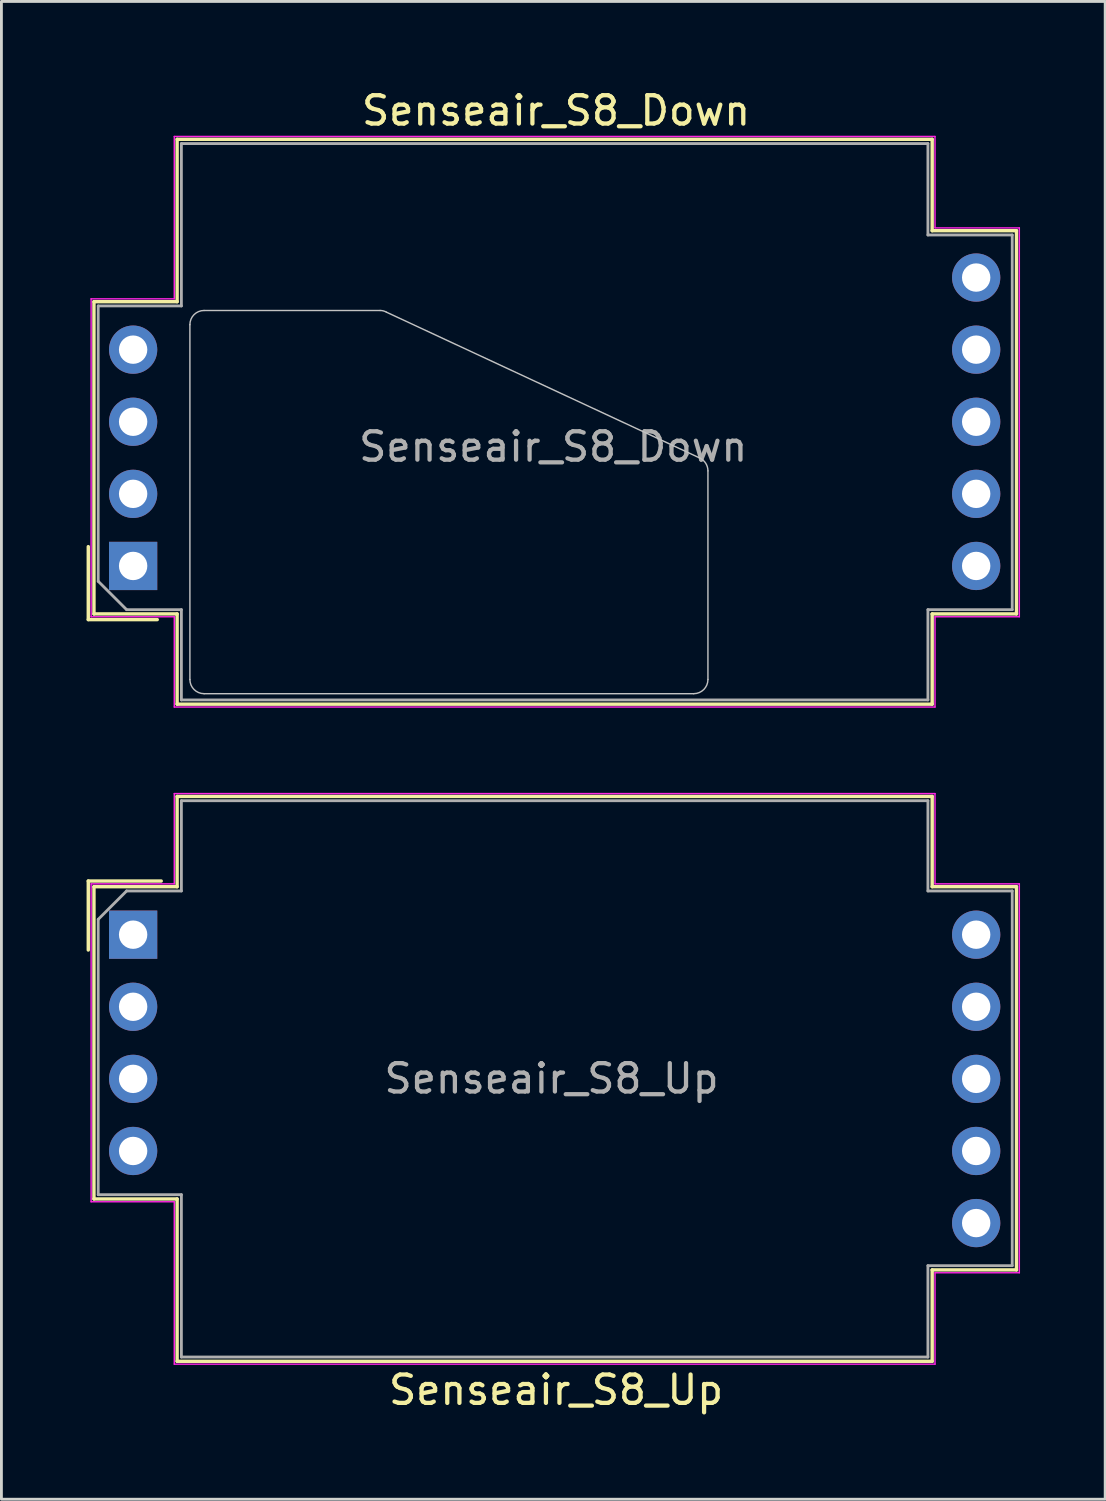
<source format=kicad_pcb>
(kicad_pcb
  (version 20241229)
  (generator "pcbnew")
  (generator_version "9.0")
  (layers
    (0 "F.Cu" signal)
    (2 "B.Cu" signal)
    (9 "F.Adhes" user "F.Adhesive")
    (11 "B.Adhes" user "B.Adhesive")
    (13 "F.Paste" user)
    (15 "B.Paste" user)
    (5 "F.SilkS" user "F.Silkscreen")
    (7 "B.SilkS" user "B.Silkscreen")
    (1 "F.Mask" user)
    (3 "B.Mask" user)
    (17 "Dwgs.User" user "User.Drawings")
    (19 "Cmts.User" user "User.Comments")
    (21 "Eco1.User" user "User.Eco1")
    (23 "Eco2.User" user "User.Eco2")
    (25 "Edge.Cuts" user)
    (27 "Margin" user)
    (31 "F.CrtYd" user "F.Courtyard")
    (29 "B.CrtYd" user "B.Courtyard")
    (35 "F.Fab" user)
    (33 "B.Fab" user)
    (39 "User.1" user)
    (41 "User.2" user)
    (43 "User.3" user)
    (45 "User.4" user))
  (footprint "Senseair_S8_Down"
    (layer "F.Cu")
    (at 1.64 16.888)
    (property "Reference" "Senseair_S8_Down" (at 14.9 -16.04 180) (layer "F.SilkS") (effects (font (size 1 1) (thickness 0.15))))
    (attr through_hole)
    (fp_line (start -1.58 1.89) (end -1.58 -0.68) (stroke (width 0.12) (type solid)) (layer "F.SilkS"))
    (fp_line (start -1.38 -9.31) (end -1.38 1.69) (stroke (width 0.12) (type solid)) (layer "F.SilkS"))
    (fp_line (start 0.85 1.89) (end -1.58 1.89) (stroke (width 0.12) (type solid)) (layer "F.SilkS"))
    (fp_line (start 1.55 -9.31) (end -1.38 -9.31) (stroke (width 0.12) (type solid)) (layer "F.SilkS"))
    (fp_line (start 1.55 -9.31) (end 1.55 -15.03) (stroke (width 0.12) (type solid)) (layer "F.SilkS"))
    (fp_line (start 1.55 1.69) (end -1.38 1.69) (stroke (width 0.12) (type solid)) (layer "F.SilkS"))
    (fp_line (start 1.55 4.87) (end 1.55 1.69) (stroke (width 0.12) (type solid)) (layer "F.SilkS"))
    (fp_line (start 1.55 4.87) (end 28.15 4.87) (stroke (width 0.12) (type solid)) (layer "F.SilkS"))
    (fp_line (start 28.15 -15.03) (end 1.55 -15.03) (stroke (width 0.12) (type solid)) (layer "F.SilkS"))
    (fp_line (start 28.15 -15.03) (end 28.15 -11.81) (stroke (width 0.12) (type solid)) (layer "F.SilkS"))
    (fp_line (start 28.15 1.69) (end 28.15 4.87) (stroke (width 0.12) (type solid)) (layer "F.SilkS"))
    (fp_line (start 31.12 -11.81) (end 28.15 -11.81) (stroke (width 0.12) (type solid)) (layer "F.SilkS"))
    (fp_line (start 31.12 -11.81) (end 31.12 1.69) (stroke (width 0.12) (type solid)) (layer "F.SilkS"))
    (fp_line (start 31.12 1.69) (end 28.15 1.69) (stroke (width 0.12) (type solid)) (layer "F.SilkS"))
    (fp_line (start 2 -8.5) (end 2 4) (stroke (width 0.05) (type solid)) (layer "Dwgs.User"))
    (fp_line (start 2.5 4.5) (end 19.75 4.5) (stroke (width 0.05) (type solid)) (layer "Dwgs.User"))
    (fp_line (start 8.7 -9) (end 2.5 -9) (stroke (width 0.05) (type solid)) (layer "Dwgs.User"))
    (fp_line (start 19.961 -3.803) (end 8.925 -8.94) (stroke (width 0.05) (type solid)) (layer "Dwgs.User"))
    (fp_line (start 20.25 4) (end 20.25 -3.35) (stroke (width 0.05) (type solid)) (layer "Dwgs.User"))
    (fp_arc (start 2 -8.5) (mid 2.146447 -8.853553) (end 2.5 -9) (stroke (width 0.05) (type solid)) (layer "Dwgs.User"))
    (fp_arc (start 2.5 4.5) (mid 2.146447 4.353553) (end 2 4) (stroke (width 0.05) (type solid)) (layer "Dwgs.User"))
    (fp_arc (start 8.7 -9) (mid 8.816469 -8.984667) (end 8.925 -8.939711) (stroke (width 0.05) (type solid)) (layer "Dwgs.User"))
    (fp_arc (start 19.961309 -3.803154) (mid 20.171696 -3.61865) (end 20.25 -3.35) (stroke (width 0.05) (type solid)) (layer "Dwgs.User"))
    (fp_arc (start 20.25 4) (mid 20.103553 4.353553) (end 19.75 4.5) (stroke (width 0.05) (type solid)) (layer "Dwgs.User"))
    (fp_line (start -1.48 -9.41) (end -1.48 1.79) (stroke (width 0.05) (type solid)) (layer "F.CrtYd"))
    (fp_line (start 1.45 -9.41) (end -1.48 -9.41) (stroke (width 0.05) (type solid)) (layer "F.CrtYd"))
    (fp_line (start 1.45 -9.41) (end 1.45 -15.13) (stroke (width 0.05) (type solid)) (layer "F.CrtYd"))
    (fp_line (start 1.45 1.79) (end -1.48 1.79) (stroke (width 0.05) (type solid)) (layer "F.CrtYd"))
    (fp_line (start 1.45 4.97) (end 1.45 1.79) (stroke (width 0.05) (type solid)) (layer "F.CrtYd"))
    (fp_line (start 1.45 4.97) (end 28.25 4.97) (stroke (width 0.05) (type solid)) (layer "F.CrtYd"))
    (fp_line (start 28.25 -15.13) (end 1.45 -15.13) (stroke (width 0.05) (type solid)) (layer "F.CrtYd"))
    (fp_line (start 28.25 -15.13) (end 28.25 -11.91) (stroke (width 0.05) (type solid)) (layer "F.CrtYd"))
    (fp_line (start 28.25 1.79) (end 28.25 4.97) (stroke (width 0.05) (type solid)) (layer "F.CrtYd"))
    (fp_line (start 31.22 -11.91) (end 28.25 -11.91) (stroke (width 0.05) (type solid)) (layer "F.CrtYd"))
    (fp_line (start 31.22 -11.91) (end 31.22 1.79) (stroke (width 0.05) (type solid)) (layer "F.CrtYd"))
    (fp_line (start 31.22 1.79) (end 28.25 1.79) (stroke (width 0.05) (type solid)) (layer "F.CrtYd"))
    (fp_line (start -1.23 -9.16) (end -1.23 0.54) (stroke (width 0.1) (type solid)) (layer "F.Fab"))
    (fp_line (start -1.23 0.54) (end -0.23 1.54) (stroke (width 0.1) (type solid)) (layer "F.Fab"))
    (fp_line (start 1.7 -9.16) (end -1.23 -9.16) (stroke (width 0.1) (type solid)) (layer "F.Fab"))
    (fp_line (start 1.7 -9.16) (end 1.7 -14.88) (stroke (width 0.1) (type solid)) (layer "F.Fab"))
    (fp_line (start 1.7 1.54) (end -0.23 1.54) (stroke (width 0.1) (type solid)) (layer "F.Fab"))
    (fp_line (start 1.7 4.72) (end 1.7 1.54) (stroke (width 0.1) (type solid)) (layer "F.Fab"))
    (fp_line (start 1.7 4.72) (end 28 4.72) (stroke (width 0.1) (type solid)) (layer "F.Fab"))
    (fp_line (start 28 -14.88) (end 1.7 -14.88) (stroke (width 0.1) (type solid)) (layer "F.Fab"))
    (fp_line (start 28 -14.88) (end 28 -11.66) (stroke (width 0.1) (type solid)) (layer "F.Fab"))
    (fp_line (start 28 1.54) (end 28 4.72) (stroke (width 0.1) (type solid)) (layer "F.Fab"))
    (fp_line (start 30.97 -11.66) (end 28 -11.66) (stroke (width 0.1) (type solid)) (layer "F.Fab"))
    (fp_line (start 30.97 -11.66) (end 30.97 1.54) (stroke (width 0.1) (type solid)) (layer "F.Fab"))
    (fp_line (start 30.97 1.54) (end 28 1.54) (stroke (width 0.1) (type solid)) (layer "F.Fab"))
    (fp_text user "${REFERENCE}" (at 14.8 -4.2 0) (layer "F.Fab") (effects (font (size 1 1) (thickness 0.15))))
    (pad "1" thru_hole rect (at 0 0) (size 1.7 1.7) (drill 1) (layers "*.Cu" "*.Mask"))
    (pad "2" thru_hole circle (at 0 -2.54) (size 1.7 1.7) (drill 1) (layers "*.Cu" "*.Mask"))
    (pad "3" thru_hole circle (at 0 -5.08) (size 1.7 1.7) (drill 1) (layers "*.Cu" "*.Mask"))
    (pad "4" thru_hole circle (at 0 -7.62) (size 1.7 1.7) (drill 1) (layers "*.Cu" "*.Mask"))
    (pad "5" thru_hole circle (at 29.7 -10.16) (size 1.7 1.7) (drill 1) (layers "*.Cu" "*.Mask"))
    (pad "6" thru_hole circle (at 29.7 -7.62) (size 1.7 1.7) (drill 1) (layers "*.Cu" "*.Mask"))
    (pad "7" thru_hole circle (at 29.7 -5.08) (size 1.7 1.7) (drill 1) (layers "*.Cu" "*.Mask"))
    (pad "8" thru_hole circle (at 29.7 -2.54) (size 1.7 1.7) (drill 1) (layers "*.Cu" "*.Mask"))
    (pad "9" thru_hole circle (at 29.7 0) (size 1.7 1.7) (drill 1) (layers "*.Cu" "*.Mask")))
  (footprint "Senseair_S8_Up"
    (layer "F.Cu")
    (at 1.64 29.878)
    (property "Reference" "Senseair_S8_Up" (at 14.9 16.04 0) (layer "F.SilkS") (effects (font (size 1 1) (thickness 0.15))))
    (attr through_hole)
    (fp_line (start -1.58 -1.89) (end 0.99 -1.89) (stroke (width 0.12) (type solid)) (layer "F.SilkS"))
    (fp_line (start -1.58 0.54) (end -1.58 -1.89) (stroke (width 0.12) (type solid)) (layer "F.SilkS"))
    (fp_line (start -1.38 9.31) (end -1.38 -1.69) (stroke (width 0.12) (type solid)) (layer "F.SilkS"))
    (fp_line (start 1.55 -4.87) (end 1.55 -1.69) (stroke (width 0.12) (type solid)) (layer "F.SilkS"))
    (fp_line (start 1.55 -4.87) (end 28.15 -4.87) (stroke (width 0.12) (type solid)) (layer "F.SilkS"))
    (fp_line (start 1.55 -1.69) (end -1.38 -1.69) (stroke (width 0.12) (type solid)) (layer "F.SilkS"))
    (fp_line (start 1.55 9.31) (end -1.38 9.31) (stroke (width 0.12) (type solid)) (layer "F.SilkS"))
    (fp_line (start 1.55 9.31) (end 1.55 15.03) (stroke (width 0.12) (type solid)) (layer "F.SilkS"))
    (fp_line (start 28.15 -1.69) (end 28.15 -4.87) (stroke (width 0.12) (type solid)) (layer "F.SilkS"))
    (fp_line (start 28.15 15.03) (end 1.55 15.03) (stroke (width 0.12) (type solid)) (layer "F.SilkS"))
    (fp_line (start 28.15 15.03) (end 28.15 11.81) (stroke (width 0.12) (type solid)) (layer "F.SilkS"))
    (fp_line (start 31.12 -1.69) (end 28.15 -1.69) (stroke (width 0.12) (type solid)) (layer "F.SilkS"))
    (fp_line (start 31.12 11.81) (end 28.15 11.81) (stroke (width 0.12) (type solid)) (layer "F.SilkS"))
    (fp_line (start 31.12 11.81) (end 31.12 -1.69) (stroke (width 0.12) (type solid)) (layer "F.SilkS"))
    (fp_line (start -1.48 9.41) (end -1.48 -1.79) (stroke (width 0.05) (type solid)) (layer "F.CrtYd"))
    (fp_line (start 1.45 -4.97) (end 1.45 -1.79) (stroke (width 0.05) (type solid)) (layer "F.CrtYd"))
    (fp_line (start 1.45 -4.97) (end 28.25 -4.97) (stroke (width 0.05) (type solid)) (layer "F.CrtYd"))
    (fp_line (start 1.45 -1.79) (end -1.48 -1.79) (stroke (width 0.05) (type solid)) (layer "F.CrtYd"))
    (fp_line (start 1.45 9.41) (end -1.48 9.41) (stroke (width 0.05) (type solid)) (layer "F.CrtYd"))
    (fp_line (start 1.45 9.41) (end 1.45 15.13) (stroke (width 0.05) (type solid)) (layer "F.CrtYd"))
    (fp_line (start 28.25 -1.79) (end 28.25 -4.97) (stroke (width 0.05) (type solid)) (layer "F.CrtYd"))
    (fp_line (start 28.25 15.13) (end 1.45 15.13) (stroke (width 0.05) (type solid)) (layer "F.CrtYd"))
    (fp_line (start 28.25 15.13) (end 28.25 11.91) (stroke (width 0.05) (type solid)) (layer "F.CrtYd"))
    (fp_line (start 31.22 -1.79) (end 28.25 -1.79) (stroke (width 0.05) (type solid)) (layer "F.CrtYd"))
    (fp_line (start 31.22 11.91) (end 28.25 11.91) (stroke (width 0.05) (type solid)) (layer "F.CrtYd"))
    (fp_line (start 31.22 11.91) (end 31.22 -1.79) (stroke (width 0.05) (type solid)) (layer "F.CrtYd"))
    (fp_line (start -1.23 -0.54) (end -0.23 -1.54) (stroke (width 0.1) (type solid)) (layer "F.Fab"))
    (fp_line (start -1.23 9.16) (end -1.23 -0.54) (stroke (width 0.1) (type solid)) (layer "F.Fab"))
    (fp_line (start 1.7 -4.72) (end 1.7 -1.54) (stroke (width 0.1) (type solid)) (layer "F.Fab"))
    (fp_line (start 1.7 -4.72) (end 28 -4.72) (stroke (width 0.1) (type solid)) (layer "F.Fab"))
    (fp_line (start 1.7 -1.54) (end -0.23 -1.54) (stroke (width 0.1) (type solid)) (layer "F.Fab"))
    (fp_line (start 1.7 9.16) (end -1.23 9.16) (stroke (width 0.1) (type solid)) (layer "F.Fab"))
    (fp_line (start 1.7 9.16) (end 1.7 14.88) (stroke (width 0.1) (type solid)) (layer "F.Fab"))
    (fp_line (start 28 -1.54) (end 28 -4.72) (stroke (width 0.1) (type solid)) (layer "F.Fab"))
    (fp_line (start 28 14.88) (end 1.7 14.88) (stroke (width 0.1) (type solid)) (layer "F.Fab"))
    (fp_line (start 28 14.88) (end 28 11.66) (stroke (width 0.1) (type solid)) (layer "F.Fab"))
    (fp_line (start 30.97 -1.54) (end 28 -1.54) (stroke (width 0.1) (type solid)) (layer "F.Fab"))
    (fp_line (start 30.97 11.66) (end 28 11.66) (stroke (width 0.1) (type solid)) (layer "F.Fab"))
    (fp_line (start 30.97 11.66) (end 30.97 -1.54) (stroke (width 0.1) (type solid)) (layer "F.Fab"))
    (fp_text user "${REFERENCE}" (at 14.74 5.07 180) (layer "F.Fab") (effects (font (size 1 1) (thickness 0.15))))
    (pad "1" thru_hole rect (at 0 0 180) (size 1.7 1.7) (drill 1) (layers "*.Cu" "*.Mask"))
    (pad "2" thru_hole circle (at 0 2.54 180) (size 1.7 1.7) (drill 1) (layers "*.Cu" "*.Mask"))
    (pad "3" thru_hole circle (at 0 5.08 180) (size 1.7 1.7) (drill 1) (layers "*.Cu" "*.Mask"))
    (pad "4" thru_hole circle (at 0 7.62 180) (size 1.7 1.7) (drill 1) (layers "*.Cu" "*.Mask"))
    (pad "5" thru_hole circle (at 29.7 10.16 180) (size 1.7 1.7) (drill 1) (layers "*.Cu" "*.Mask"))
    (pad "6" thru_hole circle (at 29.7 7.62 180) (size 1.7 1.7) (drill 1) (layers "*.Cu" "*.Mask"))
    (pad "7" thru_hole circle (at 29.7 5.08 180) (size 1.7 1.7) (drill 1) (layers "*.Cu" "*.Mask"))
    (pad "8" thru_hole circle (at 29.7 2.54 180) (size 1.7 1.7) (drill 1) (layers "*.Cu" "*.Mask"))
    (pad "9" thru_hole circle (at 29.7 0 180) (size 1.7 1.7) (drill 1) (layers "*.Cu" "*.Mask")))
  (gr_rect
    (start -3 -3)
    (end 35.885 49.767)
    (stroke (width 0.1) (type default))
    (fill no)
    (layer "Edge.Cuts")))
</source>
